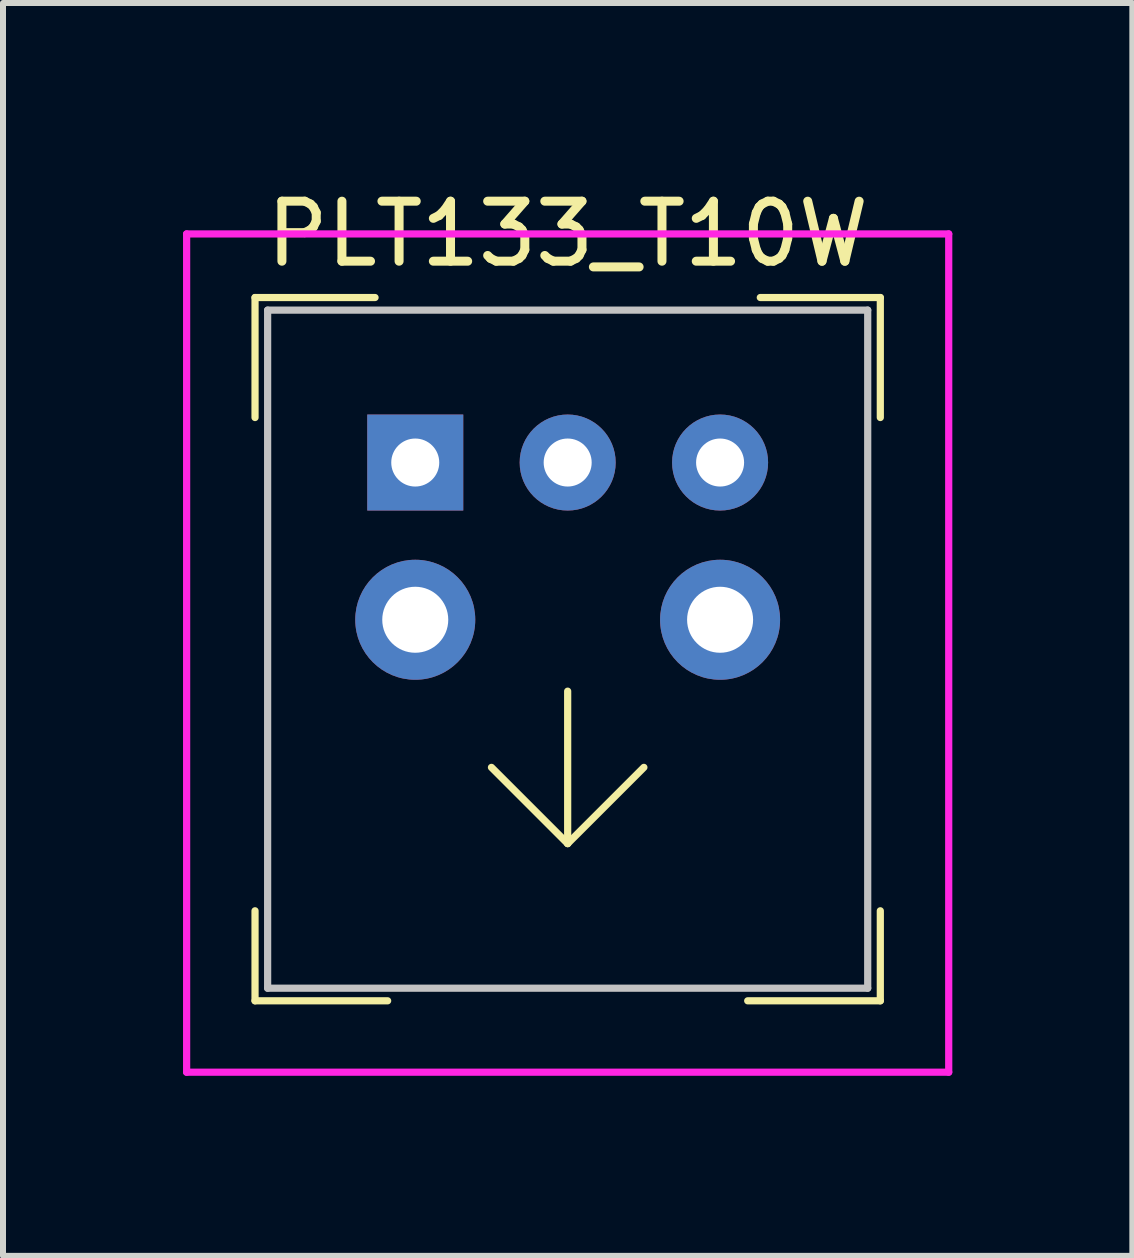
<source format=kicad_pcb>
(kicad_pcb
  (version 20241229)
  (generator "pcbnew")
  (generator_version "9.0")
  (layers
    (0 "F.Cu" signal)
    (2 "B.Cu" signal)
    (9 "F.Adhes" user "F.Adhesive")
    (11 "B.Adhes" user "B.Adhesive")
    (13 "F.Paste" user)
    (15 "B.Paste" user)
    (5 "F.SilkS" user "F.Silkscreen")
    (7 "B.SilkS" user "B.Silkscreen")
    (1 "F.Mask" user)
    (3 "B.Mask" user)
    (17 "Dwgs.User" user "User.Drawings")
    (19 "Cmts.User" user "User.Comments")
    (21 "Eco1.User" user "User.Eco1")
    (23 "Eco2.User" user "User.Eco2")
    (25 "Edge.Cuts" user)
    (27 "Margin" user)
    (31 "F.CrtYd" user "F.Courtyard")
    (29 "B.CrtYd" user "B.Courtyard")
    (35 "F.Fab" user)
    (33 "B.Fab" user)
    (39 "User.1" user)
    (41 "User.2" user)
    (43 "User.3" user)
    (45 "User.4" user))
  (footprint "PLT133_T10W"
    (layer "F.Cu")
    (at 6.41 4.658)
    (property "Reference" "PLT133_T10W" (at 0 -3.81 0) (layer "F.SilkS") (effects (font (size 1 1) (thickness 0.15))))
    (attr through_hole)
    (fp_line (start -5.21 -2.75) (end -5.21 -0.75) (stroke (width 0.12) (type solid)) (layer "F.SilkS"))
    (fp_line (start -5.21 8.97) (end -5.21 7.47) (stroke (width 0.12) (type solid)) (layer "F.SilkS"))
    (fp_line (start -5.21 8.97) (end -3 8.97) (stroke (width 0.12) (type solid)) (layer "F.SilkS"))
    (fp_line (start -3.21 -2.75) (end -5.21 -2.75) (stroke (width 0.12) (type solid)) (layer "F.SilkS"))
    (fp_line (start 0 3.81) (end 0 6.35) (stroke (width 0.12) (type solid)) (layer "F.SilkS"))
    (fp_line (start 0 6.35) (end -1.27 5.08) (stroke (width 0.12) (type solid)) (layer "F.SilkS"))
    (fp_line (start 0 6.35) (end 1.27 5.08) (stroke (width 0.12) (type solid)) (layer "F.SilkS"))
    (fp_line (start 3 8.97) (end 5.21 8.97) (stroke (width 0.12) (type solid)) (layer "F.SilkS"))
    (fp_line (start 3.21 -2.75) (end 5.21 -2.75) (stroke (width 0.12) (type solid)) (layer "F.SilkS"))
    (fp_line (start 5.21 -2.75) (end 5.21 -0.75) (stroke (width 0.12) (type solid)) (layer "F.SilkS"))
    (fp_line (start 5.21 8.97) (end 5.21 7.47) (stroke (width 0.12) (type solid)) (layer "F.SilkS"))
    (fp_line (start -5 8.76) (end -5 -2.54) (stroke (width 0.12) (type solid)) (layer "Dwgs.User"))
    (fp_line (start -5 8.76) (end 5 8.76) (stroke (width 0.12) (type solid)) (layer "Dwgs.User"))
    (fp_line (start 5 -2.54) (end -5 -2.54) (stroke (width 0.12) (type solid)) (layer "Dwgs.User"))
    (fp_line (start 5 8.76) (end 5 -2.54) (stroke (width 0.12) (type solid)) (layer "Dwgs.User"))
    (fp_line (start -6.35 -3.81) (end 6.35 -3.81) (stroke (width 0.12) (type solid)) (layer "F.CrtYd"))
    (fp_line (start -6.35 10.16) (end -6.35 -3.81) (stroke (width 0.12) (type solid)) (layer "F.CrtYd"))
    (fp_line (start 6.35 -3.81) (end 6.35 10.16) (stroke (width 0.12) (type solid)) (layer "F.CrtYd"))
    (fp_line (start 6.35 10.16) (end -6.35 10.16) (stroke (width 0.12) (type solid)) (layer "F.CrtYd"))
    (pad "1" thru_hole rect (at -2.54 0) (size 1.6 1.6) (drill 0.8) (layers "*.Cu" "*.Mask"))
    (pad "2" thru_hole circle (at 0 0) (size 1.6 1.6) (drill 0.8) (layers "*.Cu" "*.Mask"))
    (pad "3" thru_hole circle (at 2.54 0) (size 1.6 1.6) (drill 0.8) (layers "*.Cu" "*.Mask"))
    (pad "4" thru_hole circle (at -2.54 2.62) (size 2 2) (drill 1.1) (layers "*.Cu" "*.Mask"))
    (pad "5" thru_hole circle (at 2.54 2.62) (size 2 2) (drill 1.1) (layers "*.Cu" "*.Mask")))
  (gr_rect
    (start -3 -3)
    (end 15.82 17.878)
    (stroke (width 0.1) (type default))
    (fill no)
    (layer "Edge.Cuts")))
</source>
